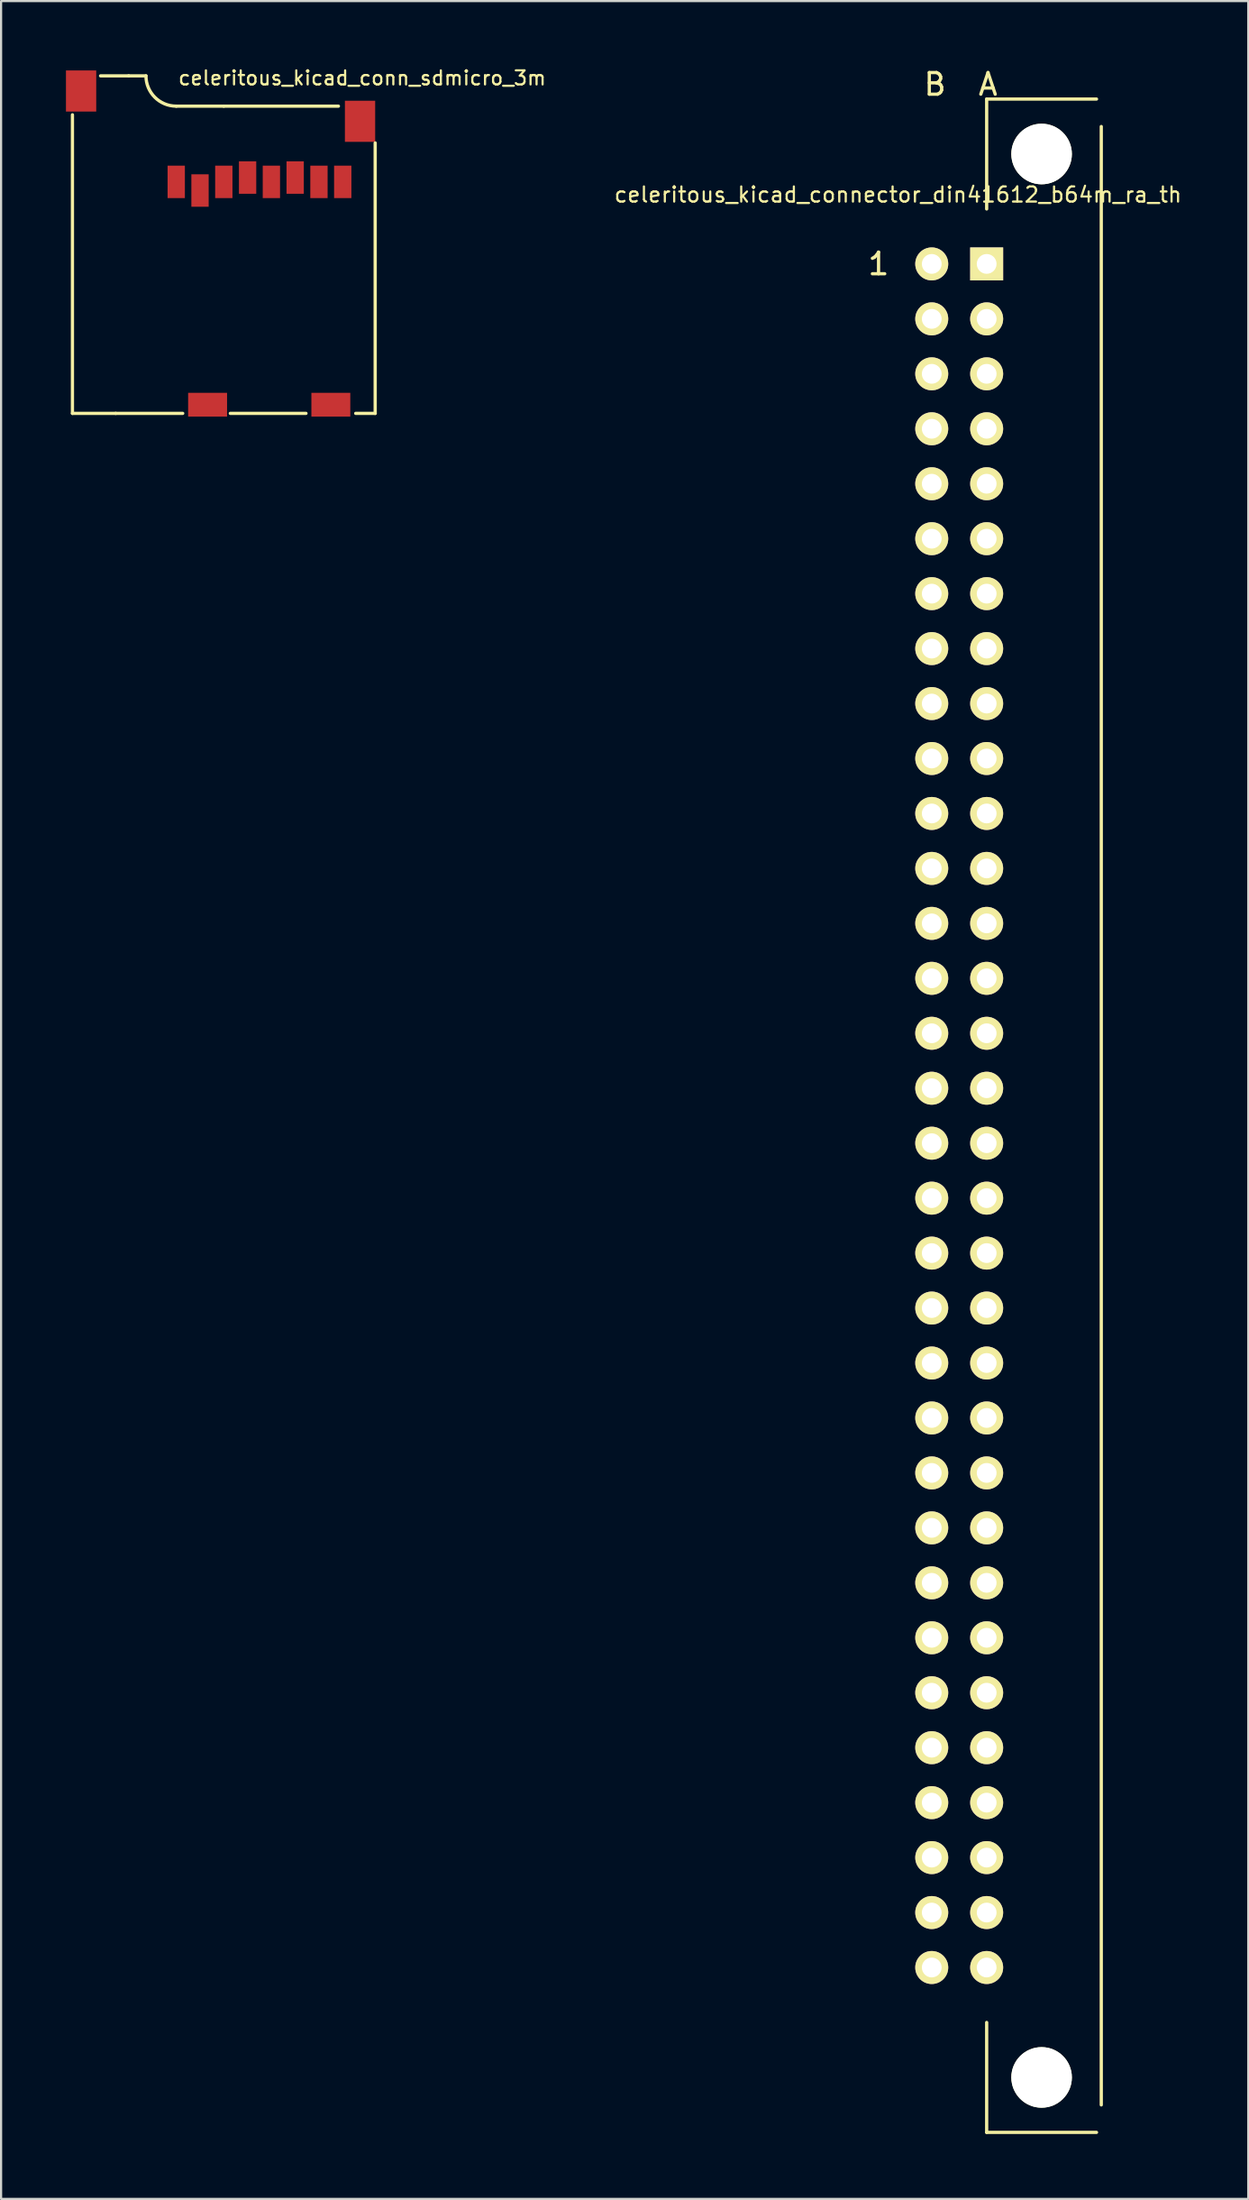
<source format=kicad_pcb>
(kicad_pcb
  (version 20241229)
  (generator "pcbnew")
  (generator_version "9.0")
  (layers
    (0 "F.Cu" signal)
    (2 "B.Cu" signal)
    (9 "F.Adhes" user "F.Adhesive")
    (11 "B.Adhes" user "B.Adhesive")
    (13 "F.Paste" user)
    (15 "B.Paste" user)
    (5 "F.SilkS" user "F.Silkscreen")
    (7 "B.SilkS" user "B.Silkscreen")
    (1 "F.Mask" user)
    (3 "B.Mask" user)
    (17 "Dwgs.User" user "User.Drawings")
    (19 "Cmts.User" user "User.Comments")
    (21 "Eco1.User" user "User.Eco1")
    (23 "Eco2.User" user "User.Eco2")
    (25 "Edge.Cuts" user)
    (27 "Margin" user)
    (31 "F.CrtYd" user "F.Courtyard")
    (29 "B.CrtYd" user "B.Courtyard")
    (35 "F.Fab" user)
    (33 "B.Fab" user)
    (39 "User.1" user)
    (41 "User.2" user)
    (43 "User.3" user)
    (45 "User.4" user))
  (footprint "celeritous_kicad_connector_din41612_b64m_ra_th"
    (layer "F.Cu")
    (at 42.578 9.148)
    (property "Reference" "celeritous_kicad_connector_din41612_b64m_ra_th" (at -4.1 -3.2 0) (layer "F.SilkS") (effects (font (size 0.7 0.7) (thickness 0.1))))
    (attr through_hole)
    (fp_line (start 0 -7.62) (end 5.08 -7.62) (stroke (width 0.15) (type solid)) (layer "F.SilkS"))
    (fp_line (start 0 -2.54) (end 0 -7.62) (stroke (width 0.15) (type solid)) (layer "F.SilkS"))
    (fp_line (start 0 81.28) (end 0 86.36) (stroke (width 0.15) (type solid)) (layer "F.SilkS"))
    (fp_line (start 0 86.36) (end 5.08 86.36) (stroke (width 0.15) (type solid)) (layer "F.SilkS"))
    (fp_line (start 5.3 85.09) (end 5.3 -6.35) (stroke (width 0.15) (type solid)) (layer "F.SilkS"))
    (fp_text user "1" (at -5 0 0) (layer "F.SilkS") (effects (font (size 1 1) (thickness 0.15))))
    (fp_text user "B  A" (at -1.2 -8.3 0) (layer "F.SilkS") (effects (font (size 1 1) (thickness 0.15))))
    (pad "" np_thru_hole circle (at 2.54 -5.08) (size 2.8 2.8) (drill 2.8) (layers "*.Cu" "*.Mask" "F.SilkS"))
    (pad "" np_thru_hole circle (at 2.54 83.82) (size 2.8 2.8) (drill 2.8) (layers "*.Cu" "*.Mask" "F.SilkS"))
    (pad "A1" thru_hole rect (at 0 0) (size 1.524 1.524) (drill 0.914) (layers "*.Cu" "*.Mask" "F.SilkS"))
    (pad "A2" thru_hole circle (at 0 2.54) (size 1.524 1.524) (drill 0.914) (layers "*.Cu" "*.Mask" "F.SilkS"))
    (pad "A3" thru_hole circle (at 0 5.08) (size 1.524 1.524) (drill 0.914) (layers "*.Cu" "*.Mask" "F.SilkS"))
    (pad "A4" thru_hole circle (at 0 7.62) (size 1.524 1.524) (drill 0.914) (layers "*.Cu" "*.Mask" "F.SilkS"))
    (pad "A5" thru_hole circle (at 0 10.16) (size 1.524 1.524) (drill 0.914) (layers "*.Cu" "*.Mask" "F.SilkS"))
    (pad "A6" thru_hole circle (at 0 12.7) (size 1.524 1.524) (drill 0.914) (layers "*.Cu" "*.Mask" "F.SilkS"))
    (pad "A7" thru_hole circle (at 0 15.24) (size 1.524 1.524) (drill 0.914) (layers "*.Cu" "*.Mask" "F.SilkS"))
    (pad "A8" thru_hole circle (at 0 17.78) (size 1.524 1.524) (drill 0.914) (layers "*.Cu" "*.Mask" "F.SilkS"))
    (pad "A9" thru_hole circle (at 0 20.32) (size 1.524 1.524) (drill 0.914) (layers "*.Cu" "*.Mask" "F.SilkS"))
    (pad "A10" thru_hole circle (at 0 22.86) (size 1.524 1.524) (drill 0.914) (layers "*.Cu" "*.Mask" "F.SilkS"))
    (pad "A11" thru_hole circle (at 0 25.4) (size 1.524 1.524) (drill 0.914) (layers "*.Cu" "*.Mask" "F.SilkS"))
    (pad "A12" thru_hole circle (at 0 27.94) (size 1.524 1.524) (drill 0.914) (layers "*.Cu" "*.Mask" "F.SilkS"))
    (pad "A13" thru_hole circle (at 0 30.48) (size 1.524 1.524) (drill 0.914) (layers "*.Cu" "*.Mask" "F.SilkS"))
    (pad "A14" thru_hole circle (at 0 33.02) (size 1.524 1.524) (drill 0.914) (layers "*.Cu" "*.Mask" "F.SilkS"))
    (pad "A15" thru_hole circle (at 0 35.56) (size 1.524 1.524) (drill 0.914) (layers "*.Cu" "*.Mask" "F.SilkS"))
    (pad "A16" thru_hole circle (at 0 38.1) (size 1.524 1.524) (drill 0.914) (layers "*.Cu" "*.Mask" "F.SilkS"))
    (pad "A17" thru_hole circle (at 0 40.64) (size 1.524 1.524) (drill 0.914) (layers "*.Cu" "*.Mask" "F.SilkS"))
    (pad "A18" thru_hole circle (at 0 43.18) (size 1.524 1.524) (drill 0.914) (layers "*.Cu" "*.Mask" "F.SilkS"))
    (pad "A19" thru_hole circle (at 0 45.72) (size 1.524 1.524) (drill 0.914) (layers "*.Cu" "*.Mask" "F.SilkS"))
    (pad "A20" thru_hole circle (at 0 48.26) (size 1.524 1.524) (drill 0.914) (layers "*.Cu" "*.Mask" "F.SilkS"))
    (pad "A21" thru_hole circle (at 0 50.8) (size 1.524 1.524) (drill 0.914) (layers "*.Cu" "*.Mask" "F.SilkS"))
    (pad "A22" thru_hole circle (at 0 53.34) (size 1.524 1.524) (drill 0.914) (layers "*.Cu" "*.Mask" "F.SilkS"))
    (pad "A23" thru_hole circle (at 0 55.88) (size 1.524 1.524) (drill 0.914) (layers "*.Cu" "*.Mask" "F.SilkS"))
    (pad "A24" thru_hole circle (at 0 58.42) (size 1.524 1.524) (drill 0.914) (layers "*.Cu" "*.Mask" "F.SilkS"))
    (pad "A25" thru_hole circle (at 0 60.96) (size 1.524 1.524) (drill 0.914) (layers "*.Cu" "*.Mask" "F.SilkS"))
    (pad "A26" thru_hole circle (at 0 63.5) (size 1.524 1.524) (drill 0.914) (layers "*.Cu" "*.Mask" "F.SilkS"))
    (pad "A27" thru_hole circle (at 0 66.04) (size 1.524 1.524) (drill 0.914) (layers "*.Cu" "*.Mask" "F.SilkS"))
    (pad "A28" thru_hole circle (at 0 68.58) (size 1.524 1.524) (drill 0.914) (layers "*.Cu" "*.Mask" "F.SilkS"))
    (pad "A29" thru_hole circle (at 0 71.12) (size 1.524 1.524) (drill 0.914) (layers "*.Cu" "*.Mask" "F.SilkS"))
    (pad "A30" thru_hole circle (at 0 73.66) (size 1.524 1.524) (drill 0.914) (layers "*.Cu" "*.Mask" "F.SilkS"))
    (pad "A31" thru_hole circle (at 0 76.2) (size 1.524 1.524) (drill 0.914) (layers "*.Cu" "*.Mask" "F.SilkS"))
    (pad "A32" thru_hole circle (at 0 78.74) (size 1.524 1.524) (drill 0.914) (layers "*.Cu" "*.Mask" "F.SilkS"))
    (pad "B1" thru_hole circle (at -2.54 0) (size 1.524 1.524) (drill 0.914) (layers "*.Cu" "*.Mask" "F.SilkS"))
    (pad "B2" thru_hole circle (at -2.54 2.54) (size 1.524 1.524) (drill 0.914) (layers "*.Cu" "*.Mask" "F.SilkS"))
    (pad "B3" thru_hole circle (at -2.54 5.08) (size 1.524 1.524) (drill 0.914) (layers "*.Cu" "*.Mask" "F.SilkS"))
    (pad "B4" thru_hole circle (at -2.54 7.62) (size 1.524 1.524) (drill 0.914) (layers "*.Cu" "*.Mask" "F.SilkS"))
    (pad "B5" thru_hole circle (at -2.54 10.16) (size 1.524 1.524) (drill 0.914) (layers "*.Cu" "*.Mask" "F.SilkS"))
    (pad "B6" thru_hole circle (at -2.54 12.7) (size 1.524 1.524) (drill 0.914) (layers "*.Cu" "*.Mask" "F.SilkS"))
    (pad "B7" thru_hole circle (at -2.54 15.24) (size 1.524 1.524) (drill 0.914) (layers "*.Cu" "*.Mask" "F.SilkS"))
    (pad "B8" thru_hole circle (at -2.54 17.78) (size 1.524 1.524) (drill 0.914) (layers "*.Cu" "*.Mask" "F.SilkS"))
    (pad "B9" thru_hole circle (at -2.54 20.32) (size 1.524 1.524) (drill 0.914) (layers "*.Cu" "*.Mask" "F.SilkS"))
    (pad "B10" thru_hole circle (at -2.54 22.86) (size 1.524 1.524) (drill 0.914) (layers "*.Cu" "*.Mask" "F.SilkS"))
    (pad "B11" thru_hole circle (at -2.54 25.4) (size 1.524 1.524) (drill 0.914) (layers "*.Cu" "*.Mask" "F.SilkS"))
    (pad "B12" thru_hole circle (at -2.54 27.94) (size 1.524 1.524) (drill 0.914) (layers "*.Cu" "*.Mask" "F.SilkS"))
    (pad "B13" thru_hole circle (at -2.54 30.48) (size 1.524 1.524) (drill 0.914) (layers "*.Cu" "*.Mask" "F.SilkS"))
    (pad "B14" thru_hole circle (at -2.54 33.02) (size 1.524 1.524) (drill 0.914) (layers "*.Cu" "*.Mask" "F.SilkS"))
    (pad "B15" thru_hole circle (at -2.54 35.56) (size 1.524 1.524) (drill 0.914) (layers "*.Cu" "*.Mask" "F.SilkS"))
    (pad "B16" thru_hole circle (at -2.54 38.1) (size 1.524 1.524) (drill 0.914) (layers "*.Cu" "*.Mask" "F.SilkS"))
    (pad "B17" thru_hole circle (at -2.54 40.64) (size 1.524 1.524) (drill 0.914) (layers "*.Cu" "*.Mask" "F.SilkS"))
    (pad "B18" thru_hole circle (at -2.54 43.18) (size 1.524 1.524) (drill 0.914) (layers "*.Cu" "*.Mask" "F.SilkS"))
    (pad "B19" thru_hole circle (at -2.54 45.72) (size 1.524 1.524) (drill 0.914) (layers "*.Cu" "*.Mask" "F.SilkS"))
    (pad "B20" thru_hole circle (at -2.54 48.26) (size 1.524 1.524) (drill 0.914) (layers "*.Cu" "*.Mask" "F.SilkS"))
    (pad "B21" thru_hole circle (at -2.54 50.8) (size 1.524 1.524) (drill 0.914) (layers "*.Cu" "*.Mask" "F.SilkS"))
    (pad "B22" thru_hole circle (at -2.54 53.34) (size 1.524 1.524) (drill 0.914) (layers "*.Cu" "*.Mask" "F.SilkS"))
    (pad "B23" thru_hole circle (at -2.54 55.88) (size 1.524 1.524) (drill 0.914) (layers "*.Cu" "*.Mask" "F.SilkS"))
    (pad "B24" thru_hole circle (at -2.54 58.42) (size 1.524 1.524) (drill 0.914) (layers "*.Cu" "*.Mask" "F.SilkS"))
    (pad "B25" thru_hole circle (at -2.54 60.96) (size 1.524 1.524) (drill 0.914) (layers "*.Cu" "*.Mask" "F.SilkS"))
    (pad "B26" thru_hole circle (at -2.54 63.5) (size 1.524 1.524) (drill 0.914) (layers "*.Cu" "*.Mask" "F.SilkS"))
    (pad "B27" thru_hole circle (at -2.54 66.04) (size 1.524 1.524) (drill 0.914) (layers "*.Cu" "*.Mask" "F.SilkS"))
    (pad "B28" thru_hole circle (at -2.54 68.58) (size 1.524 1.524) (drill 0.914) (layers "*.Cu" "*.Mask" "F.SilkS"))
    (pad "B29" thru_hole circle (at -2.54 71.12) (size 1.524 1.524) (drill 0.914) (layers "*.Cu" "*.Mask" "F.SilkS"))
    (pad "B30" thru_hole circle (at -2.54 73.66) (size 1.524 1.524) (drill 0.914) (layers "*.Cu" "*.Mask" "F.SilkS"))
    (pad "B31" thru_hole circle (at -2.54 76.2) (size 1.524 1.524) (drill 0.914) (layers "*.Cu" "*.Mask" "F.SilkS"))
    (pad "B32" thru_hole circle (at -2.54 78.74) (size 1.524 1.524) (drill 0.914) (layers "*.Cu" "*.Mask" "F.SilkS")))
  (footprint "celeritous_kicad_conn_sdmicro_3m"
    (layer "F.Cu")
    (at 14.3 3.456)
    (property "Reference" "celeritous_kicad_conn_sdmicro_3m" (at -0.6 -2.9 0) (layer "F.SilkS") (effects (font (size 0.65 0.65) (thickness 0.1))))
    (attr through_hole)
    (fp_line (start -14 12.6) (end -14 -1.2) (stroke (width 0.15) (type solid)) (layer "F.SilkS"))
    (fp_line (start -12.7 -3) (end -11.4 -3) (stroke (width 0.15) (type solid)) (layer "F.SilkS"))
    (fp_line (start -12 12.6) (end -14 12.6) (stroke (width 0.15) (type solid)) (layer "F.SilkS"))
    (fp_line (start -12 12.6) (end -8.9 12.6) (stroke (width 0.15) (type solid)) (layer "F.SilkS"))
    (fp_line (start -11.4 -3) (end -10.6 -3) (stroke (width 0.15) (type solid)) (layer "F.SilkS"))
    (fp_line (start -7 -1.6) (end -9.2 -1.6) (stroke (width 0.15) (type solid)) (layer "F.SilkS"))
    (fp_line (start -7 -1.6) (end -1.7 -1.6) (stroke (width 0.15) (type solid)) (layer "F.SilkS"))
    (fp_line (start -3.2 12.6) (end -6.7 12.6) (stroke (width 0.15) (type solid)) (layer "F.SilkS"))
    (fp_line (start 0 0.1) (end 0 12.6) (stroke (width 0.15) (type solid)) (layer "F.SilkS"))
    (fp_line (start 0 12.6) (end -0.9 12.6) (stroke (width 0.15) (type solid)) (layer "F.SilkS"))
    (fp_arc (start -9.2 -1.6) (mid -10.189949 -2.010051) (end -10.6 -3) (stroke (width 0.15) (type solid)) (layer "F.SilkS"))
    (pad "1" smd rect (at -9.2 1.9) (size 0.8 1.5) (layers "F.Cu" "F.Mask" "F.Paste"))
    (pad "2" smd rect (at -8.1 2.3) (size 0.8 1.5) (layers "F.Cu" "F.Mask" "F.Paste"))
    (pad "3" smd rect (at -7 1.9) (size 0.8 1.5) (layers "F.Cu" "F.Mask" "F.Paste"))
    (pad "4" smd rect (at -5.9 1.7) (size 0.8 1.5) (layers "F.Cu" "F.Mask" "F.Paste"))
    (pad "5" smd rect (at -4.8 1.9) (size 0.8 1.5) (layers "F.Cu" "F.Mask" "F.Paste"))
    (pad "6" smd rect (at -3.7 1.7) (size 0.8 1.5) (layers "F.Cu" "F.Mask" "F.Paste"))
    (pad "7" smd rect (at -2.6 1.9) (size 0.8 1.5) (layers "F.Cu" "F.Mask" "F.Paste"))
    (pad "8" smd rect (at -1.5 1.9) (size 0.8 1.5) (layers "F.Cu" "F.Mask" "F.Paste"))
    (pad "9" smd rect (at -0.7 -0.9) (size 1.4 1.9) (layers "F.Cu" "F.Mask" "F.Paste"))
    (pad "10" smd rect (at -13.6 -2.3) (size 1.4 1.9) (layers "F.Cu" "F.Mask" "F.Paste"))
    (pad "11" smd rect (at -2.05 12.2) (size 1.8 1.1) (layers "F.Cu" "F.Mask" "F.Paste"))
    (pad "12" smd rect (at -7.75 12.2) (size 1.8 1.1) (layers "F.Cu" "F.Mask" "F.Paste")))
  (gr_rect
    (start -3 -3)
    (end 54.675 98.583)
    (stroke (width 0.1) (type default))
    (fill no)
    (layer "Edge.Cuts")))
</source>
